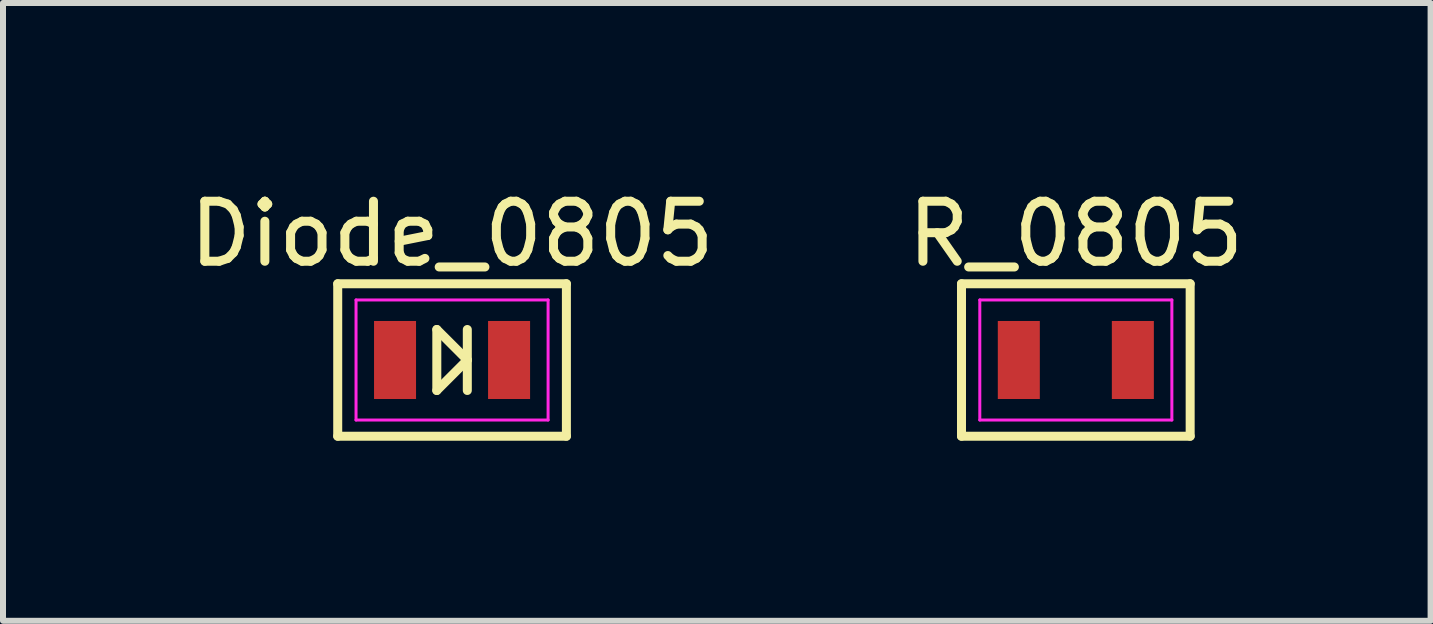
<source format=kicad_pcb>
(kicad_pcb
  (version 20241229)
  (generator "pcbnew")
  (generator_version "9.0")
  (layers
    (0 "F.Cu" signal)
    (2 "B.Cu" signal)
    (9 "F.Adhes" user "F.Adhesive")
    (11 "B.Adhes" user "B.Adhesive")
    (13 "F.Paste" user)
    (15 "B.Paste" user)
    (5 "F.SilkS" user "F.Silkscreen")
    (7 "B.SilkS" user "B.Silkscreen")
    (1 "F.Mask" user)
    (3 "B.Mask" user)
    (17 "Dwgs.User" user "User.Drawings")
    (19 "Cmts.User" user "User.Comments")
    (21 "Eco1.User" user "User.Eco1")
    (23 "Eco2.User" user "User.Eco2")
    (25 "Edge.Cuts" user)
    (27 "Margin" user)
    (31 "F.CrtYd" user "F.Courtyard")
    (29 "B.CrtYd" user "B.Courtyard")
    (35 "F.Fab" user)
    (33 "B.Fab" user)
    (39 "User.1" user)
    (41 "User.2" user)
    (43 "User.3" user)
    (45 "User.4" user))
  (footprint "Diode_0805"
    (layer "F.Cu")
    (at 4.482 2.948)
    (property "Reference" "Diode_0805" (at 0 -2.1 0) (layer "F.SilkS") (effects (font (size 1 1) (thickness 0.15))))
    (attr smd)
    (fp_line (start -1.905 -1.27) (end -1.905 1.27) (stroke (width 0.15) (type solid)) (layer "F.SilkS"))
    (fp_line (start -1.905 1.27) (end 1.905 1.27) (stroke (width 0.15) (type solid)) (layer "F.SilkS"))
    (fp_line (start -0.254 -0.508) (end -0.254 0.508) (stroke (width 0.15) (type solid)) (layer "F.SilkS"))
    (fp_line (start -0.254 0.508) (end 0.254 0) (stroke (width 0.15) (type solid)) (layer "F.SilkS"))
    (fp_line (start 0.254 -0.508) (end 0.254 0.508) (stroke (width 0.15) (type solid)) (layer "F.SilkS"))
    (fp_line (start 0.254 0) (end -0.254 -0.508) (stroke (width 0.15) (type solid)) (layer "F.SilkS"))
    (fp_line (start 1.905 -1.27) (end -1.905 -1.27) (stroke (width 0.15) (type solid)) (layer "F.SilkS"))
    (fp_line (start 1.905 1.27) (end 1.905 -1.27) (stroke (width 0.15) (type solid)) (layer "F.SilkS"))
    (fp_line (start -1.6 -1) (end -1.6 1) (stroke (width 0.05) (type solid)) (layer "F.CrtYd"))
    (fp_line (start -1.6 -1) (end 1.6 -1) (stroke (width 0.05) (type solid)) (layer "F.CrtYd"))
    (fp_line (start -1.6 1) (end 1.6 1) (stroke (width 0.05) (type solid)) (layer "F.CrtYd"))
    (fp_line (start 1.6 -1) (end 1.6 1) (stroke (width 0.05) (type solid)) (layer "F.CrtYd"))
    (pad "1" smd rect (at -0.95 0) (size 0.7 1.3) (layers "F.Cu" "F.Mask" "F.Paste"))
    (pad "2" smd rect (at 0.95 0) (size 0.7 1.3) (layers "F.Cu" "F.Mask" "F.Paste")))
  (footprint "R_0805"
    (layer "F.Cu")
    (at 14.875 2.948)
    (property "Reference" "R_0805" (at 0 -2.1 0) (layer "F.SilkS") (effects (font (size 1 1) (thickness 0.15))))
    (attr smd)
    (fp_line (start -1.905 -1.27) (end -1.905 1.27) (stroke (width 0.15) (type solid)) (layer "F.SilkS"))
    (fp_line (start -1.905 1.27) (end 1.905 1.27) (stroke (width 0.15) (type solid)) (layer "F.SilkS"))
    (fp_line (start 1.905 -1.27) (end -1.905 -1.27) (stroke (width 0.15) (type solid)) (layer "F.SilkS"))
    (fp_line (start 1.905 1.27) (end 1.905 -1.27) (stroke (width 0.15) (type solid)) (layer "F.SilkS"))
    (fp_line (start -1.6 -1) (end -1.6 1) (stroke (width 0.05) (type solid)) (layer "F.CrtYd"))
    (fp_line (start -1.6 -1) (end 1.6 -1) (stroke (width 0.05) (type solid)) (layer "F.CrtYd"))
    (fp_line (start -1.6 1) (end 1.6 1) (stroke (width 0.05) (type solid)) (layer "F.CrtYd"))
    (fp_line (start 1.6 -1) (end 1.6 1) (stroke (width 0.05) (type solid)) (layer "F.CrtYd"))
    (pad "1" smd rect (at -0.95 0) (size 0.7 1.3) (layers "F.Cu" "F.Mask" "F.Paste"))
    (pad "2" smd rect (at 0.95 0) (size 0.7 1.3) (layers "F.Cu" "F.Mask" "F.Paste")))
  (gr_rect
    (start -3 -3)
    (end 20.786 7.293)
    (stroke (width 0.1) (type default))
    (fill no)
    (layer "Edge.Cuts")))
</source>
